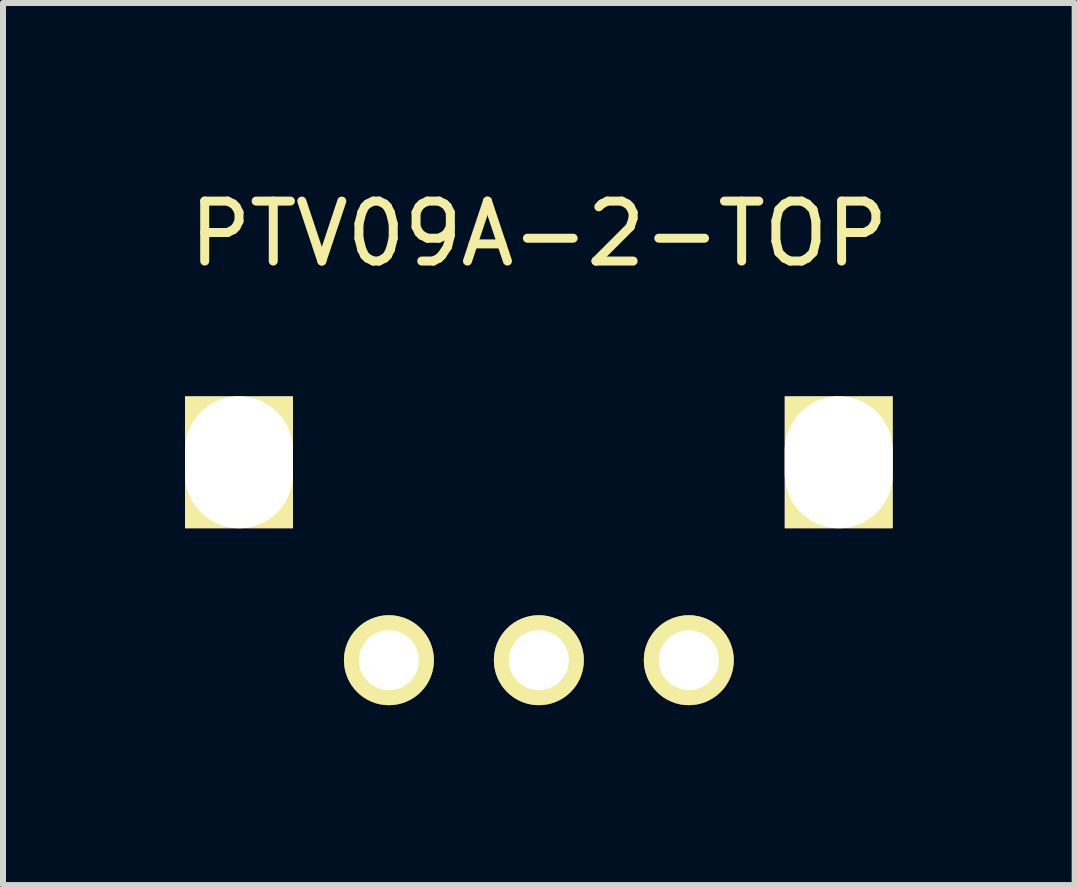
<source format=kicad_pcb>
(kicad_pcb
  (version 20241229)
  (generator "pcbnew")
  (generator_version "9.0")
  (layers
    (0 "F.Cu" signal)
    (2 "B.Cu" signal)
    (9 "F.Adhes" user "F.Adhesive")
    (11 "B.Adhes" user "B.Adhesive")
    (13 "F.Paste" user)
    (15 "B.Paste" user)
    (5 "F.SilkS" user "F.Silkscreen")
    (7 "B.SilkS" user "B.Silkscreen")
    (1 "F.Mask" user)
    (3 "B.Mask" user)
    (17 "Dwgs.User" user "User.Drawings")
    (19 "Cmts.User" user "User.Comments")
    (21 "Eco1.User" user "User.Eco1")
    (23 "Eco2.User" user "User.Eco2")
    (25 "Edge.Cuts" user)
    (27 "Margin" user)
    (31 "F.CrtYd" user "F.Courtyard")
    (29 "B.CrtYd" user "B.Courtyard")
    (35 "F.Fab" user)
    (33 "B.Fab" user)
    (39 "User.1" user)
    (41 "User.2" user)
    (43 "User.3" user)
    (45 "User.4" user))
  (footprint "PTV09A-2-TOP"
    (layer "F.Cu")
    (at 5.935 4.658)
    (property "Reference" "PTV09A-2-TOP" (at 0 -3.81 0) (layer "F.SilkS") (effects (font (size 1 1) (thickness 0.15))))
    (attr through_hole)
    (pad "" np_thru_hole rect (at -5 0) (size 1.8 2.2) (drill oval 1.8 2.2) (layers "*.Cu" "*.Mask" "F.SilkS"))
    (pad "" np_thru_hole rect (at 5 0) (size 1.8 2.2) (drill oval 1.8 2.2) (layers "*.Cu" "*.Mask" "F.SilkS"))
    (pad "1" thru_hole circle (at -2.5 3.3 180) (size 1.5 1.5) (drill 1) (layers "*.Cu" "*.Mask" "F.SilkS"))
    (pad "2" thru_hole circle (at 0 3.3 180) (size 1.5 1.5) (drill 1) (layers "*.Cu" "*.Mask" "F.SilkS"))
    (pad "3" thru_hole circle (at 2.5 3.3 180) (size 1.5 1.5) (drill 1) (layers "*.Cu" "*.Mask" "F.SilkS")))
  (gr_rect
    (start -3 -3)
    (end 14.869 11.708)
    (stroke (width 0.1) (type default))
    (fill no)
    (layer "Edge.Cuts")))
</source>
